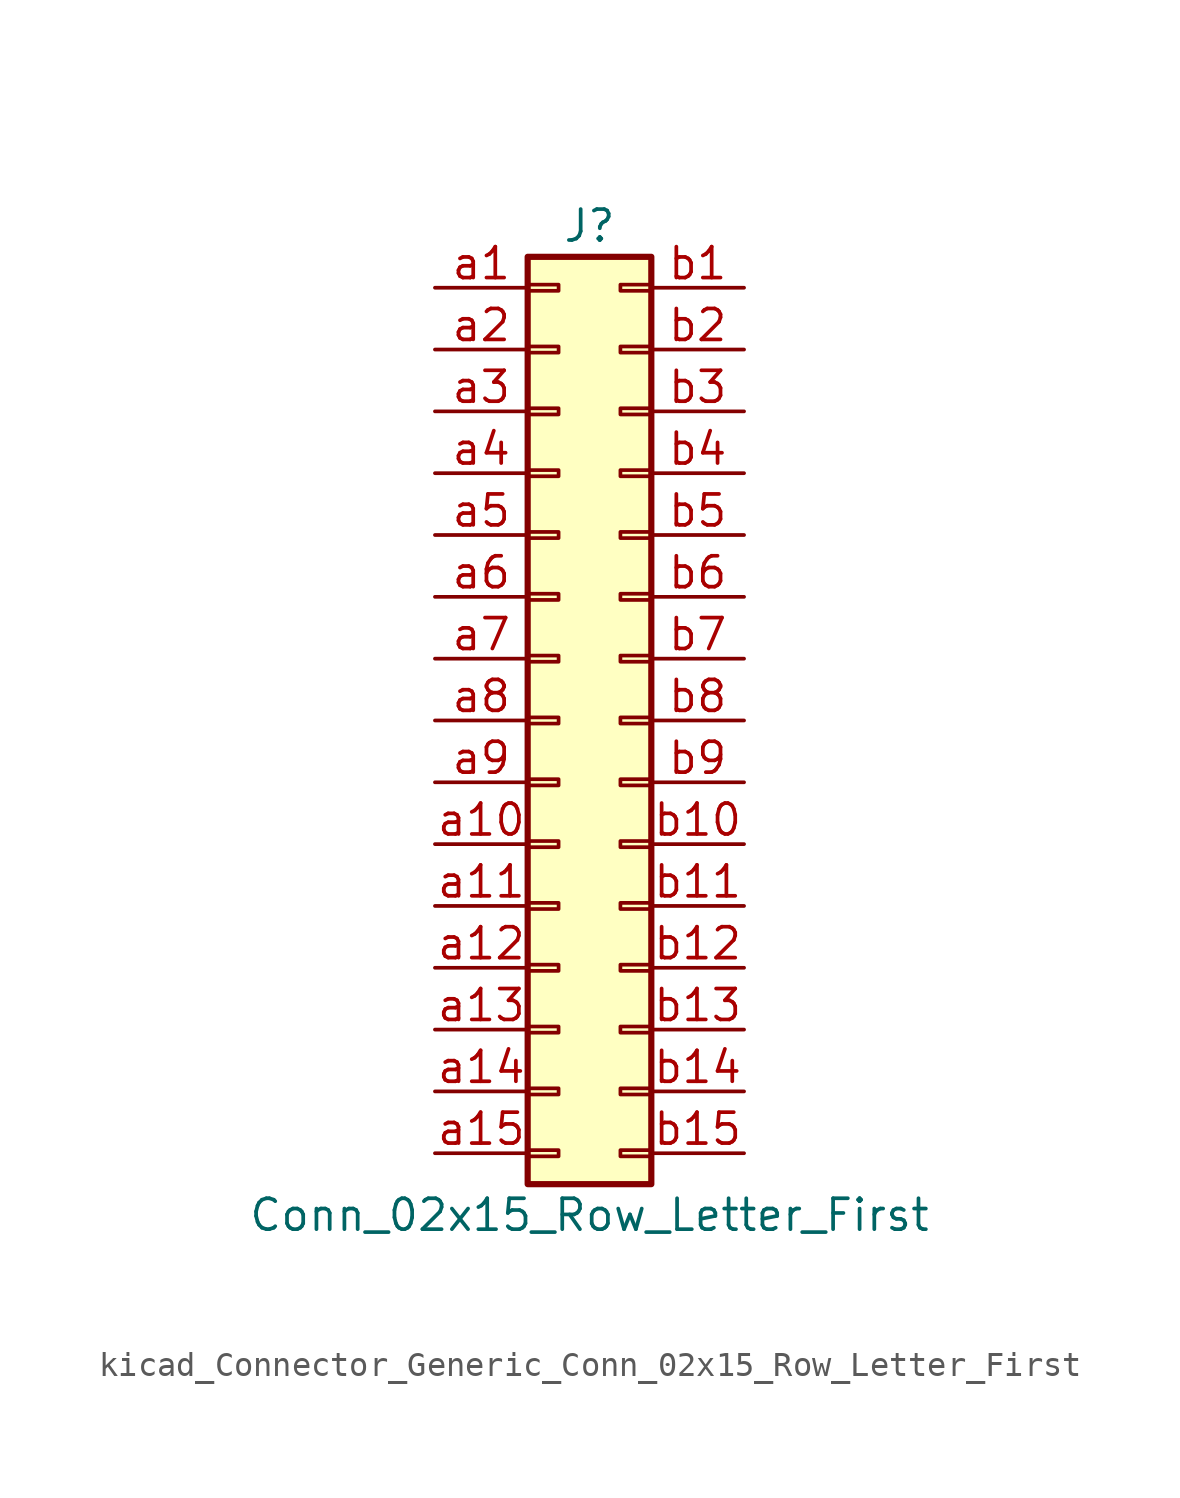
<source format=kicad_sym>
(kicad_symbol_lib
  (version 20220914)
  (generator kicad_symbol_editor)
  (symbol "kicad_Connector_Generic_Conn_02x15_Row_Letter_First"
    (pin_names
      (offset 1.016) hide)
    (property "Reference" "J"
      (at 1.27 20.32 0)
      (effects (font (size 1.27 1.27))))
    (property "Value" "Conn_02x15_Row_Letter_First"
      (at 1.27 -20.32 0)
      (effects (font (size 1.27 1.27))))
    (symbol "kicad_Connector_Generic_Conn_02x15_Row_Letter_First_1_1"
      (rectangle (start -1.27 -17.653) (end 0 -17.907) (stroke (width 0.152) (type default)) (fill (type none)))
      (rectangle (start -1.27 -15.113) (end 0 -15.367) (stroke (width 0.152) (type default)) (fill (type none)))
      (rectangle (start -1.27 -12.573) (end 0 -12.827) (stroke (width 0.152) (type default)) (fill (type none)))
      (rectangle (start -1.27 -10.033) (end 0 -10.287) (stroke (width 0.152) (type default)) (fill (type none)))
      (rectangle (start -1.27 -7.493) (end 0 -7.747) (stroke (width 0.152) (type default)) (fill (type none)))
      (rectangle (start -1.27 -4.953) (end 0 -5.207) (stroke (width 0.152) (type default)) (fill (type none)))
      (rectangle (start -1.27 -2.413) (end 0 -2.667) (stroke (width 0.152) (type default)) (fill (type none)))
      (rectangle (start -1.27 0.127) (end 0 -0.127) (stroke (width 0.152) (type default)) (fill (type none)))
      (rectangle (start -1.27 2.667) (end 0 2.413) (stroke (width 0.152) (type default)) (fill (type none)))
      (rectangle (start -1.27 5.207) (end 0 4.953) (stroke (width 0.152) (type default)) (fill (type none)))
      (rectangle (start -1.27 7.747) (end 0 7.493) (stroke (width 0.152) (type default)) (fill (type none)))
      (rectangle (start -1.27 10.287) (end 0 10.033) (stroke (width 0.152) (type default)) (fill (type none)))
      (rectangle (start -1.27 12.827) (end 0 12.573) (stroke (width 0.152) (type default)) (fill (type none)))
      (rectangle (start -1.27 15.367) (end 0 15.113) (stroke (width 0.152) (type default)) (fill (type none)))
      (rectangle (start -1.27 17.907) (end 0 17.653) (stroke (width 0.152) (type default)) (fill (type none)))
      (rectangle (start -1.27 19.05) (end 3.81 -19.05) (stroke (width 0.254) (type default)) (fill (type background)))
      (rectangle (start 3.81 -17.653) (end 2.54 -17.907) (stroke (width 0.152) (type default)) (fill (type none)))
      (rectangle (start 3.81 -15.113) (end 2.54 -15.367) (stroke (width 0.152) (type default)) (fill (type none)))
      (rectangle (start 3.81 -12.573) (end 2.54 -12.827) (stroke (width 0.152) (type default)) (fill (type none)))
      (rectangle (start 3.81 -10.033) (end 2.54 -10.287) (stroke (width 0.152) (type default)) (fill (type none)))
      (rectangle (start 3.81 -7.493) (end 2.54 -7.747) (stroke (width 0.152) (type default)) (fill (type none)))
      (rectangle (start 3.81 -4.953) (end 2.54 -5.207) (stroke (width 0.152) (type default)) (fill (type none)))
      (rectangle (start 3.81 -2.413) (end 2.54 -2.667) (stroke (width 0.152) (type default)) (fill (type none)))
      (rectangle (start 3.81 0.127) (end 2.54 -0.127) (stroke (width 0.152) (type default)) (fill (type none)))
      (rectangle (start 3.81 2.667) (end 2.54 2.413) (stroke (width 0.152) (type default)) (fill (type none)))
      (rectangle (start 3.81 5.207) (end 2.54 4.953) (stroke (width 0.152) (type default)) (fill (type none)))
      (rectangle (start 3.81 7.747) (end 2.54 7.493) (stroke (width 0.152) (type default)) (fill (type none)))
      (rectangle (start 3.81 10.287) (end 2.54 10.033) (stroke (width 0.152) (type default)) (fill (type none)))
      (rectangle (start 3.81 12.827) (end 2.54 12.573) (stroke (width 0.152) (type default)) (fill (type none)))
      (rectangle (start 3.81 15.367) (end 2.54 15.113) (stroke (width 0.152) (type default)) (fill (type none)))
      (rectangle (start 3.81 17.907) (end 2.54 17.653) (stroke (width 0.152) (type default)) (fill (type none)))
      (pin passive line (at -5.08 17.78 0) (length 3.81) (name "Pin_a1" (effects (font (size 1.27 1.27)))) (number "a1" (effects (font (size 1.27 1.27)))))
      (pin passive line (at -5.08 -5.08 0) (length 3.81) (name "Pin_a10" (effects (font (size 1.27 1.27)))) (number "a10" (effects (font (size 1.27 1.27)))))
      (pin passive line (at -5.08 -7.62 0) (length 3.81) (name "Pin_a11" (effects (font (size 1.27 1.27)))) (number "a11" (effects (font (size 1.27 1.27)))))
      (pin passive line (at -5.08 -10.16 0) (length 3.81) (name "Pin_a12" (effects (font (size 1.27 1.27)))) (number "a12" (effects (font (size 1.27 1.27)))))
      (pin passive line (at -5.08 -12.7 0) (length 3.81) (name "Pin_a13" (effects (font (size 1.27 1.27)))) (number "a13" (effects (font (size 1.27 1.27)))))
      (pin passive line (at -5.08 -15.24 0) (length 3.81) (name "Pin_a14" (effects (font (size 1.27 1.27)))) (number "a14" (effects (font (size 1.27 1.27)))))
      (pin passive line (at -5.08 -17.78 0) (length 3.81) (name "Pin_a15" (effects (font (size 1.27 1.27)))) (number "a15" (effects (font (size 1.27 1.27)))))
      (pin passive line (at -5.08 15.24 0) (length 3.81) (name "Pin_a2" (effects (font (size 1.27 1.27)))) (number "a2" (effects (font (size 1.27 1.27)))))
      (pin passive line (at -5.08 12.7 0) (length 3.81) (name "Pin_a3" (effects (font (size 1.27 1.27)))) (number "a3" (effects (font (size 1.27 1.27)))))
      (pin passive line (at -5.08 10.16 0) (length 3.81) (name "Pin_a4" (effects (font (size 1.27 1.27)))) (number "a4" (effects (font (size 1.27 1.27)))))
      (pin passive line (at -5.08 7.62 0) (length 3.81) (name "Pin_a5" (effects (font (size 1.27 1.27)))) (number "a5" (effects (font (size 1.27 1.27)))))
      (pin passive line (at -5.08 5.08 0) (length 3.81) (name "Pin_a6" (effects (font (size 1.27 1.27)))) (number "a6" (effects (font (size 1.27 1.27)))))
      (pin passive line (at -5.08 2.54 0) (length 3.81) (name "Pin_a7" (effects (font (size 1.27 1.27)))) (number "a7" (effects (font (size 1.27 1.27)))))
      (pin passive line (at -5.08 0 0) (length 3.81) (name "Pin_a8" (effects (font (size 1.27 1.27)))) (number "a8" (effects (font (size 1.27 1.27)))))
      (pin passive line (at -5.08 -2.54 0) (length 3.81) (name "Pin_a9" (effects (font (size 1.27 1.27)))) (number "a9" (effects (font (size 1.27 1.27)))))
      (pin passive line (at 7.62 17.78 180) (length 3.81) (name "Pin_b1" (effects (font (size 1.27 1.27)))) (number "b1" (effects (font (size 1.27 1.27)))))
      (pin passive line (at 7.62 -5.08 180) (length 3.81) (name "Pin_b10" (effects (font (size 1.27 1.27)))) (number "b10" (effects (font (size 1.27 1.27)))))
      (pin passive line (at 7.62 -7.62 180) (length 3.81) (name "Pin_b11" (effects (font (size 1.27 1.27)))) (number "b11" (effects (font (size 1.27 1.27)))))
      (pin passive line (at 7.62 -10.16 180) (length 3.81) (name "Pin_b12" (effects (font (size 1.27 1.27)))) (number "b12" (effects (font (size 1.27 1.27)))))
      (pin passive line (at 7.62 -12.7 180) (length 3.81) (name "Pin_b13" (effects (font (size 1.27 1.27)))) (number "b13" (effects (font (size 1.27 1.27)))))
      (pin passive line (at 7.62 -15.24 180) (length 3.81) (name "Pin_b14" (effects (font (size 1.27 1.27)))) (number "b14" (effects (font (size 1.27 1.27)))))
      (pin passive line (at 7.62 -17.78 180) (length 3.81) (name "Pin_b15" (effects (font (size 1.27 1.27)))) (number "b15" (effects (font (size 1.27 1.27)))))
      (pin passive line (at 7.62 15.24 180) (length 3.81) (name "Pin_b2" (effects (font (size 1.27 1.27)))) (number "b2" (effects (font (size 1.27 1.27)))))
      (pin passive line (at 7.62 12.7 180) (length 3.81) (name "Pin_b3" (effects (font (size 1.27 1.27)))) (number "b3" (effects (font (size 1.27 1.27)))))
      (pin passive line (at 7.62 10.16 180) (length 3.81) (name "Pin_b4" (effects (font (size 1.27 1.27)))) (number "b4" (effects (font (size 1.27 1.27)))))
      (pin passive line (at 7.62 7.62 180) (length 3.81) (name "Pin_b5" (effects (font (size 1.27 1.27)))) (number "b5" (effects (font (size 1.27 1.27)))))
      (pin passive line (at 7.62 5.08 180) (length 3.81) (name "Pin_b6" (effects (font (size 1.27 1.27)))) (number "b6" (effects (font (size 1.27 1.27)))))
      (pin passive line (at 7.62 2.54 180) (length 3.81) (name "Pin_b7" (effects (font (size 1.27 1.27)))) (number "b7" (effects (font (size 1.27 1.27)))))
      (pin passive line (at 7.62 0 180) (length 3.81) (name "Pin_b8" (effects (font (size 1.27 1.27)))) (number "b8" (effects (font (size 1.27 1.27)))))
      (pin passive line (at 7.62 -2.54 180) (length 3.81) (name "Pin_b9" (effects (font (size 1.27 1.27)))) (number "b9" (effects (font (size 1.27 1.27))))))))
</source>
